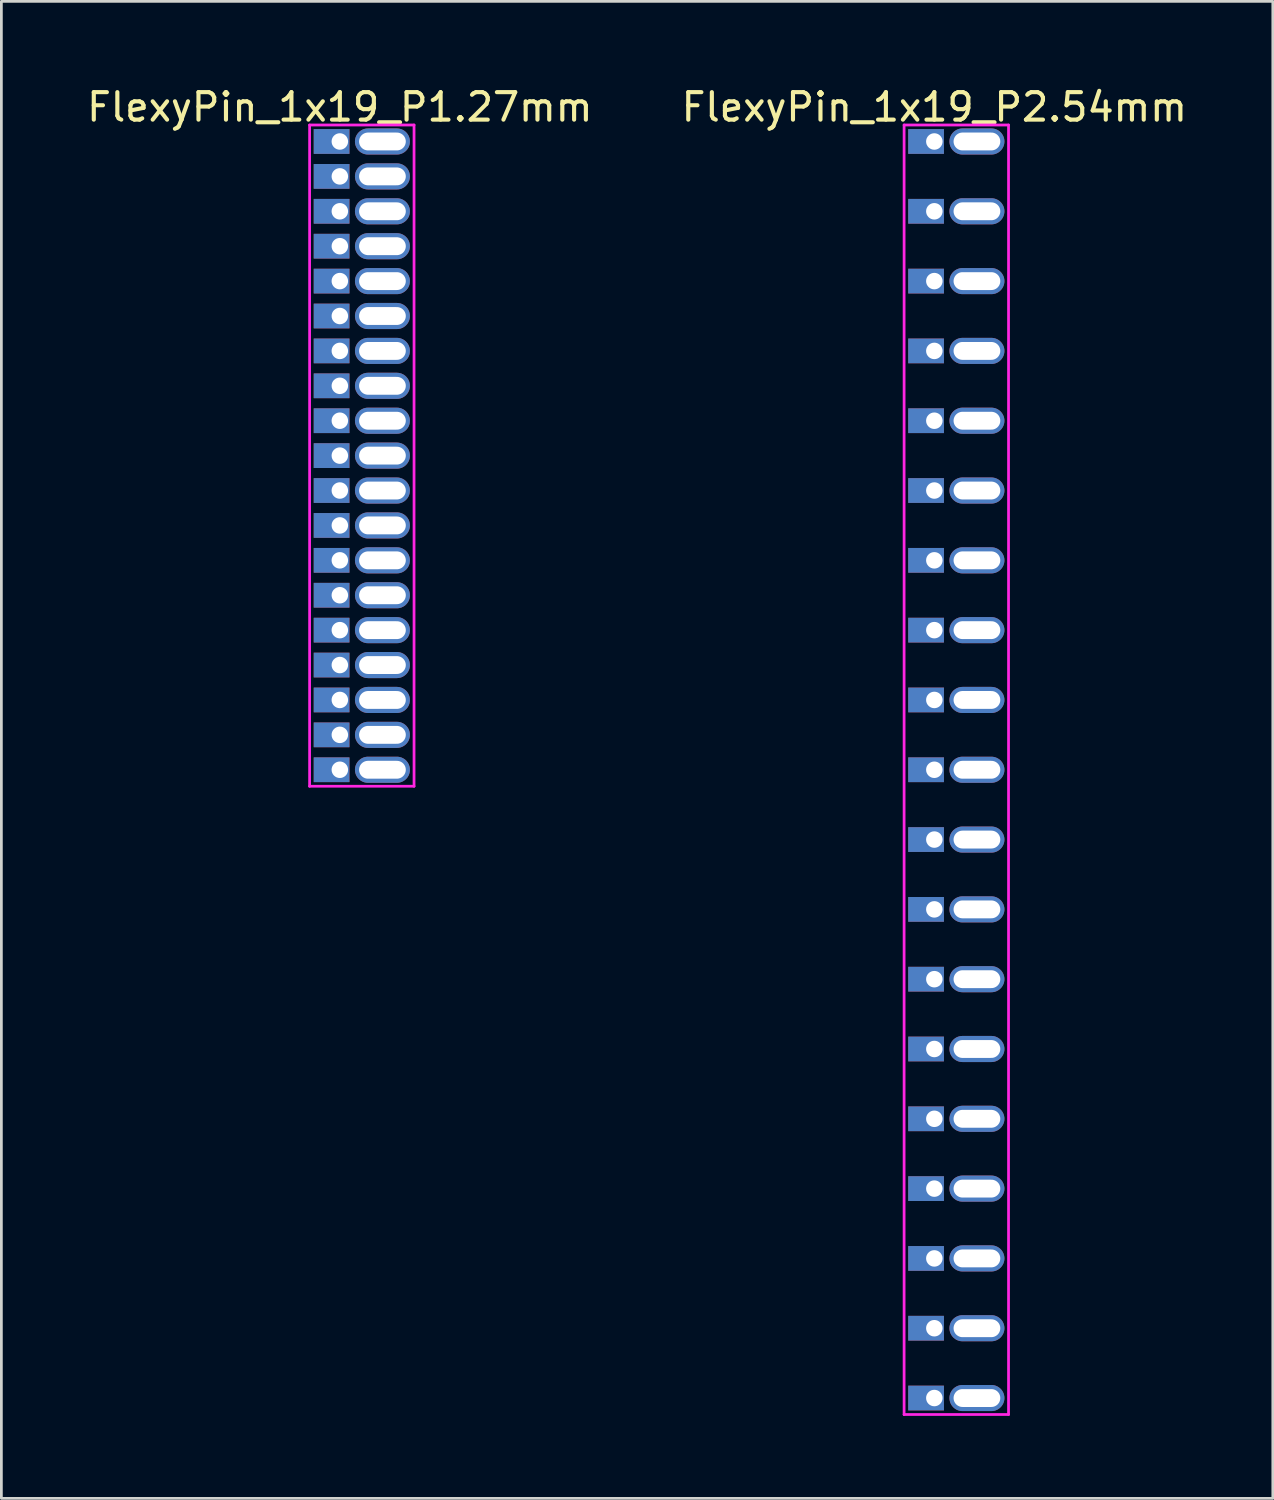
<source format=kicad_pcb>
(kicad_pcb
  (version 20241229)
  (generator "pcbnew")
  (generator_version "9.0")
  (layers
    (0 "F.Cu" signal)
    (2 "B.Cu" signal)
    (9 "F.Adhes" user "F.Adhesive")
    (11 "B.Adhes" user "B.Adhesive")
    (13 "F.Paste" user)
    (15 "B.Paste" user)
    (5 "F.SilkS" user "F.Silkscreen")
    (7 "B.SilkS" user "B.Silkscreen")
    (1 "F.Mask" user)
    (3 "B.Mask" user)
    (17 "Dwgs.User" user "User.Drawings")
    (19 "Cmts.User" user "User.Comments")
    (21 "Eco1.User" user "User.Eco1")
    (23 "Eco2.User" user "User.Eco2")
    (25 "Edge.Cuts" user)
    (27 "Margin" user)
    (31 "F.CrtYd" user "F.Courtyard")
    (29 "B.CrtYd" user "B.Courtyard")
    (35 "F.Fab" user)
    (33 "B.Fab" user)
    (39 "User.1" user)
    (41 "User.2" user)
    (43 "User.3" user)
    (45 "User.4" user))
  (footprint "FlexyPin_1x19_P2.54mm"
    (layer "F.Cu")
    (at 30.946 2.098)
    (property "Reference" "FlexyPin_1x19_P2.54mm" (at 0 -1.25 0) (layer "F.SilkS") (effects (font (size 1 1) (thickness 0.15))))
    (attr through_hole)
    (fp_line (start -1.1 -0.6) (end 2.7 -0.6) (stroke (width 0.1) (type solid)) (layer "F.CrtYd"))
    (fp_line (start -1.1 46.32) (end -1.1 -0.6) (stroke (width 0.1) (type solid)) (layer "F.CrtYd"))
    (fp_line (start 2.7 -0.6) (end 2.7 46.32) (stroke (width 0.1) (type solid)) (layer "F.CrtYd"))
    (fp_line (start 2.7 46.32) (end -1.1 46.32) (stroke (width 0.1) (type solid)) (layer "F.CrtYd"))
    (pad "" thru_hole oval (at 1.55 0) (size 2 0.95) (drill oval 1.7 0.65) (layers "*.Cu" "*.Mask"))
    (pad "" thru_hole oval (at 1.55 2.54) (size 2 0.95) (drill oval 1.7 0.65) (layers "*.Cu" "*.Mask"))
    (pad "" thru_hole oval (at 1.55 5.08) (size 2 0.95) (drill oval 1.7 0.65) (layers "*.Cu" "*.Mask"))
    (pad "" thru_hole oval (at 1.55 7.62) (size 2 0.95) (drill oval 1.7 0.65) (layers "*.Cu" "*.Mask"))
    (pad "" thru_hole oval (at 1.55 10.16) (size 2 0.95) (drill oval 1.7 0.65) (layers "*.Cu" "*.Mask"))
    (pad "" thru_hole oval (at 1.55 12.7) (size 2 0.95) (drill oval 1.7 0.65) (layers "*.Cu" "*.Mask"))
    (pad "" thru_hole oval (at 1.55 15.24) (size 2 0.95) (drill oval 1.7 0.65) (layers "*.Cu" "*.Mask"))
    (pad "" thru_hole oval (at 1.55 17.78) (size 2 0.95) (drill oval 1.7 0.65) (layers "*.Cu" "*.Mask"))
    (pad "" thru_hole oval (at 1.55 20.32) (size 2 0.95) (drill oval 1.7 0.65) (layers "*.Cu" "*.Mask"))
    (pad "" thru_hole oval (at 1.55 22.86) (size 2 0.95) (drill oval 1.7 0.65) (layers "*.Cu" "*.Mask"))
    (pad "" thru_hole oval (at 1.55 25.4) (size 2 0.95) (drill oval 1.7 0.65) (layers "*.Cu" "*.Mask"))
    (pad "" thru_hole oval (at 1.55 27.94) (size 2 0.95) (drill oval 1.7 0.65) (layers "*.Cu" "*.Mask"))
    (pad "" thru_hole oval (at 1.55 30.48) (size 2 0.95) (drill oval 1.7 0.65) (layers "*.Cu" "*.Mask"))
    (pad "" thru_hole oval (at 1.55 33.02) (size 2 0.95) (drill oval 1.7 0.65) (layers "*.Cu" "*.Mask"))
    (pad "" thru_hole oval (at 1.55 35.56) (size 2 0.95) (drill oval 1.7 0.65) (layers "*.Cu" "*.Mask"))
    (pad "" thru_hole oval (at 1.55 38.1) (size 2 0.95) (drill oval 1.7 0.65) (layers "*.Cu" "*.Mask"))
    (pad "" thru_hole oval (at 1.55 40.64) (size 2 0.95) (drill oval 1.7 0.65) (layers "*.Cu" "*.Mask"))
    (pad "" thru_hole oval (at 1.55 43.18) (size 2 0.95) (drill oval 1.7 0.65) (layers "*.Cu" "*.Mask"))
    (pad "" thru_hole oval (at 1.55 45.72) (size 2 0.95) (drill oval 1.7 0.65) (layers "*.Cu" "*.Mask"))
    (pad "1" thru_hole rect (at 0 0) (size 1.3 0.9) (drill 0.6 (offset -0.3 0)) (layers "*.Cu" "*.Mask"))
    (pad "2" thru_hole rect (at 0 2.54) (size 1.3 0.9) (drill 0.6 (offset -0.3 0)) (layers "*.Cu" "*.Mask"))
    (pad "3" thru_hole rect (at 0 5.08) (size 1.3 0.9) (drill 0.6 (offset -0.3 0)) (layers "*.Cu" "*.Mask"))
    (pad "4" thru_hole rect (at 0 7.62) (size 1.3 0.9) (drill 0.6 (offset -0.3 0)) (layers "*.Cu" "*.Mask"))
    (pad "5" thru_hole rect (at 0 10.16) (size 1.3 0.9) (drill 0.6 (offset -0.3 0)) (layers "*.Cu" "*.Mask"))
    (pad "6" thru_hole rect (at 0 12.7) (size 1.3 0.9) (drill 0.6 (offset -0.3 0)) (layers "*.Cu" "*.Mask"))
    (pad "7" thru_hole rect (at 0 15.24) (size 1.3 0.9) (drill 0.6 (offset -0.3 0)) (layers "*.Cu" "*.Mask"))
    (pad "8" thru_hole rect (at 0 17.78) (size 1.3 0.9) (drill 0.6 (offset -0.3 0)) (layers "*.Cu" "*.Mask"))
    (pad "9" thru_hole rect (at 0 20.32) (size 1.3 0.9) (drill 0.6 (offset -0.3 0)) (layers "*.Cu" "*.Mask"))
    (pad "10" thru_hole rect (at 0 22.86) (size 1.3 0.9) (drill 0.6 (offset -0.3 0)) (layers "*.Cu" "*.Mask"))
    (pad "11" thru_hole rect (at 0 25.4) (size 1.3 0.9) (drill 0.6 (offset -0.3 0)) (layers "*.Cu" "*.Mask"))
    (pad "12" thru_hole rect (at 0 27.94) (size 1.3 0.9) (drill 0.6 (offset -0.3 0)) (layers "*.Cu" "*.Mask"))
    (pad "13" thru_hole rect (at 0 30.48) (size 1.3 0.9) (drill 0.6 (offset -0.3 0)) (layers "*.Cu" "*.Mask"))
    (pad "14" thru_hole rect (at 0 33.02) (size 1.3 0.9) (drill 0.6 (offset -0.3 0)) (layers "*.Cu" "*.Mask"))
    (pad "15" thru_hole rect (at 0 35.56) (size 1.3 0.9) (drill 0.6 (offset -0.3 0)) (layers "*.Cu" "*.Mask"))
    (pad "16" thru_hole rect (at 0 38.1) (size 1.3 0.9) (drill 0.6 (offset -0.3 0)) (layers "*.Cu" "*.Mask"))
    (pad "17" thru_hole rect (at 0 40.64) (size 1.3 0.9) (drill 0.6 (offset -0.3 0)) (layers "*.Cu" "*.Mask"))
    (pad "18" thru_hole rect (at 0 43.18) (size 1.3 0.9) (drill 0.6 (offset -0.3 0)) (layers "*.Cu" "*.Mask"))
    (pad "19" thru_hole rect (at 0 45.72) (size 1.3 0.9) (drill 0.6 (offset -0.3 0)) (layers "*.Cu" "*.Mask")))
  (footprint "FlexyPin_1x19_P1.27mm"
    (layer "F.Cu")
    (at 9.315 2.098)
    (property "Reference" "FlexyPin_1x19_P1.27mm" (at 0 -1.25 0) (layer "F.SilkS") (effects (font (size 1 1) (thickness 0.15))))
    (attr through_hole)
    (fp_line (start -1.1 -0.6) (end 2.7 -0.6) (stroke (width 0.1) (type solid)) (layer "F.CrtYd"))
    (fp_line (start -1.1 23.46) (end -1.1 -0.6) (stroke (width 0.1) (type solid)) (layer "F.CrtYd"))
    (fp_line (start 2.7 -0.6) (end 2.7 23.46) (stroke (width 0.1) (type solid)) (layer "F.CrtYd"))
    (fp_line (start 2.7 23.46) (end -1.1 23.46) (stroke (width 0.1) (type solid)) (layer "F.CrtYd"))
    (pad "" thru_hole oval (at 1.55 0) (size 2 0.95) (drill oval 1.7 0.65) (layers "*.Cu" "*.Mask"))
    (pad "" thru_hole oval (at 1.55 1.27) (size 2 0.95) (drill oval 1.7 0.65) (layers "*.Cu" "*.Mask"))
    (pad "" thru_hole oval (at 1.55 2.54) (size 2 0.95) (drill oval 1.7 0.65) (layers "*.Cu" "*.Mask"))
    (pad "" thru_hole oval (at 1.55 3.81) (size 2 0.95) (drill oval 1.7 0.65) (layers "*.Cu" "*.Mask"))
    (pad "" thru_hole oval (at 1.55 5.08) (size 2 0.95) (drill oval 1.7 0.65) (layers "*.Cu" "*.Mask"))
    (pad "" thru_hole oval (at 1.55 6.35) (size 2 0.95) (drill oval 1.7 0.65) (layers "*.Cu" "*.Mask"))
    (pad "" thru_hole oval (at 1.55 7.62) (size 2 0.95) (drill oval 1.7 0.65) (layers "*.Cu" "*.Mask"))
    (pad "" thru_hole oval (at 1.55 8.89) (size 2 0.95) (drill oval 1.7 0.65) (layers "*.Cu" "*.Mask"))
    (pad "" thru_hole oval (at 1.55 10.16) (size 2 0.95) (drill oval 1.7 0.65) (layers "*.Cu" "*.Mask"))
    (pad "" thru_hole oval (at 1.55 11.43) (size 2 0.95) (drill oval 1.7 0.65) (layers "*.Cu" "*.Mask"))
    (pad "" thru_hole oval (at 1.55 12.7) (size 2 0.95) (drill oval 1.7 0.65) (layers "*.Cu" "*.Mask"))
    (pad "" thru_hole oval (at 1.55 13.97) (size 2 0.95) (drill oval 1.7 0.65) (layers "*.Cu" "*.Mask"))
    (pad "" thru_hole oval (at 1.55 15.24) (size 2 0.95) (drill oval 1.7 0.65) (layers "*.Cu" "*.Mask"))
    (pad "" thru_hole oval (at 1.55 16.51) (size 2 0.95) (drill oval 1.7 0.65) (layers "*.Cu" "*.Mask"))
    (pad "" thru_hole oval (at 1.55 17.78) (size 2 0.95) (drill oval 1.7 0.65) (layers "*.Cu" "*.Mask"))
    (pad "" thru_hole oval (at 1.55 19.05) (size 2 0.95) (drill oval 1.7 0.65) (layers "*.Cu" "*.Mask"))
    (pad "" thru_hole oval (at 1.55 20.32) (size 2 0.95) (drill oval 1.7 0.65) (layers "*.Cu" "*.Mask"))
    (pad "" thru_hole oval (at 1.55 21.59) (size 2 0.95) (drill oval 1.7 0.65) (layers "*.Cu" "*.Mask"))
    (pad "" thru_hole oval (at 1.55 22.86) (size 2 0.95) (drill oval 1.7 0.65) (layers "*.Cu" "*.Mask"))
    (pad "1" thru_hole rect (at 0 0) (size 1.3 0.9) (drill 0.6 (offset -0.3 0)) (layers "*.Cu" "*.Mask"))
    (pad "2" thru_hole rect (at 0 1.27) (size 1.3 0.9) (drill 0.6 (offset -0.3 0)) (layers "*.Cu" "*.Mask"))
    (pad "3" thru_hole rect (at 0 2.54) (size 1.3 0.9) (drill 0.6 (offset -0.3 0)) (layers "*.Cu" "*.Mask"))
    (pad "4" thru_hole rect (at 0 3.81) (size 1.3 0.9) (drill 0.6 (offset -0.3 0)) (layers "*.Cu" "*.Mask"))
    (pad "5" thru_hole rect (at 0 5.08) (size 1.3 0.9) (drill 0.6 (offset -0.3 0)) (layers "*.Cu" "*.Mask"))
    (pad "6" thru_hole rect (at 0 6.35) (size 1.3 0.9) (drill 0.6 (offset -0.3 0)) (layers "*.Cu" "*.Mask"))
    (pad "7" thru_hole rect (at 0 7.62) (size 1.3 0.9) (drill 0.6 (offset -0.3 0)) (layers "*.Cu" "*.Mask"))
    (pad "8" thru_hole rect (at 0 8.89) (size 1.3 0.9) (drill 0.6 (offset -0.3 0)) (layers "*.Cu" "*.Mask"))
    (pad "9" thru_hole rect (at 0 10.16) (size 1.3 0.9) (drill 0.6 (offset -0.3 0)) (layers "*.Cu" "*.Mask"))
    (pad "10" thru_hole rect (at 0 11.43) (size 1.3 0.9) (drill 0.6 (offset -0.3 0)) (layers "*.Cu" "*.Mask"))
    (pad "11" thru_hole rect (at 0 12.7) (size 1.3 0.9) (drill 0.6 (offset -0.3 0)) (layers "*.Cu" "*.Mask"))
    (pad "12" thru_hole rect (at 0 13.97) (size 1.3 0.9) (drill 0.6 (offset -0.3 0)) (layers "*.Cu" "*.Mask"))
    (pad "13" thru_hole rect (at 0 15.24) (size 1.3 0.9) (drill 0.6 (offset -0.3 0)) (layers "*.Cu" "*.Mask"))
    (pad "14" thru_hole rect (at 0 16.51) (size 1.3 0.9) (drill 0.6 (offset -0.3 0)) (layers "*.Cu" "*.Mask"))
    (pad "15" thru_hole rect (at 0 17.78) (size 1.3 0.9) (drill 0.6 (offset -0.3 0)) (layers "*.Cu" "*.Mask"))
    (pad "16" thru_hole rect (at 0 19.05) (size 1.3 0.9) (drill 0.6 (offset -0.3 0)) (layers "*.Cu" "*.Mask"))
    (pad "17" thru_hole rect (at 0 20.32) (size 1.3 0.9) (drill 0.6 (offset -0.3 0)) (layers "*.Cu" "*.Mask"))
    (pad "18" thru_hole rect (at 0 21.59) (size 1.3 0.9) (drill 0.6 (offset -0.3 0)) (layers "*.Cu" "*.Mask"))
    (pad "19" thru_hole rect (at 0 22.86) (size 1.3 0.9) (drill 0.6 (offset -0.3 0)) (layers "*.Cu" "*.Mask")))
  (gr_rect
    (start -3 -3)
    (end 43.262 51.468)
    (stroke (width 0.1) (type default))
    (fill no)
    (layer "Edge.Cuts")))
</source>
